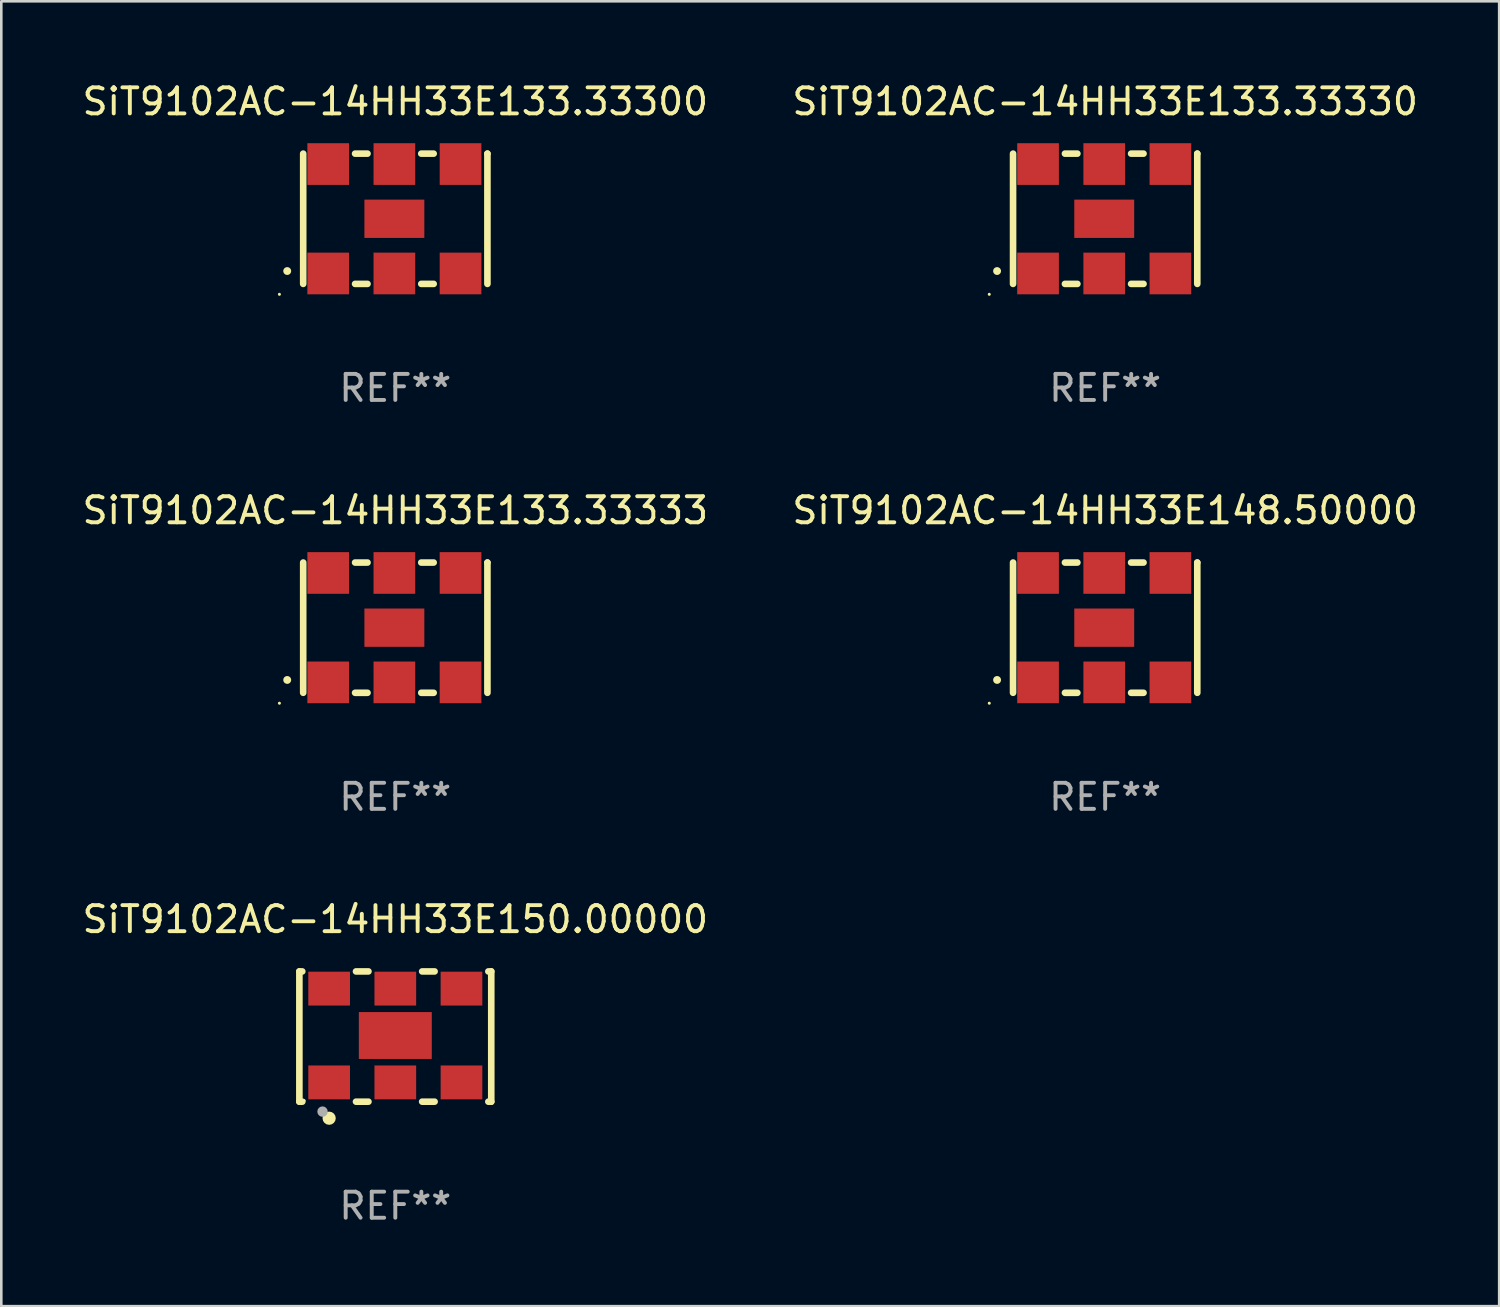
<source format=kicad_pcb>
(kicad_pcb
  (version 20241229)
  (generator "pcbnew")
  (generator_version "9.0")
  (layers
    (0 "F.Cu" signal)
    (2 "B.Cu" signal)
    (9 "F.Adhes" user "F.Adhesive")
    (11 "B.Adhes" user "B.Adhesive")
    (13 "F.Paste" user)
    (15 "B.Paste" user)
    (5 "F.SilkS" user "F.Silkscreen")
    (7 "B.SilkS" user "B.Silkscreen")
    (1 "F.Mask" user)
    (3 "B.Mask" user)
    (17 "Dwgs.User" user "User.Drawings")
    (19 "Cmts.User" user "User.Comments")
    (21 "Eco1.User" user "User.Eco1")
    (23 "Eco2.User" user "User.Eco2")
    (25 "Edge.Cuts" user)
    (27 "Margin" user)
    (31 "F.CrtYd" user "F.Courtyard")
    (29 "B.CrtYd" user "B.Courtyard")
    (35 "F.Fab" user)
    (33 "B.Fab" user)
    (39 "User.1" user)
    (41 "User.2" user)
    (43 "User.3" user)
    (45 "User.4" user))
  (footprint "SiT9102AC-14HH33E133.33300"
    (layer "F.Cu")
    (at 12.125 5.348)
    (property "Reference" "SiT9102AC-14HH33E133.33300" (at 0 -4.5 0) (layer "F.SilkS") (effects (font (size 1 1) (thickness 0.15))))
    (attr through_hole)
    (fp_line (start -3.536 -2.5) (end -3.536 2.5) (stroke (width 0.254) (type solid)) (layer "F.SilkS"))
    (fp_line (start -1.544 2.5) (end -1.067 2.5) (stroke (width 0.254) (type solid)) (layer "F.SilkS"))
    (fp_line (start -1.067 -2.5) (end -1.544 -2.5) (stroke (width 0.254) (type solid)) (layer "F.SilkS"))
    (fp_line (start 0.996 2.5) (end 1.473 2.5) (stroke (width 0.254) (type solid)) (layer "F.SilkS"))
    (fp_line (start 1.473 -2.5) (end 0.996 -2.5) (stroke (width 0.254) (type solid)) (layer "F.SilkS"))
    (fp_line (start 3.536 -2.5) (end 3.536 -2.5) (stroke (width 0.254) (type solid)) (layer "F.SilkS"))
    (fp_line (start 3.536 2.5) (end 3.536 -2.5) (stroke (width 0.254) (type solid)) (layer "F.SilkS"))
    (fp_arc (start -4.150432 2.006604) (mid -4.149162 2.006599) (end -4.147892 2.006604) (stroke (width 0.3) (type solid)) (layer "F.SilkS"))
    (fp_circle (center -4.449 2.9) (end -4.419 2.9) (stroke (width 0.06) (type solid)) (fill no) (layer "F.SilkS"))
    (fp_text user "REF**" (at 0 6.5 0) (layer "F.Fab") (effects (font (size 1 1) (thickness 0.15))))
    (pad "1" smd rect (at -2.576 2.1) (size 1.6 1.6) (layers "F.Cu" "F.Mask" "F.Paste"))
    (pad "2" smd rect (at -0.036 2.1) (size 1.6 1.6) (layers "F.Cu" "F.Mask" "F.Paste"))
    (pad "3" smd rect (at 2.504 2.1) (size 1.6 1.6) (layers "F.Cu" "F.Mask" "F.Paste"))
    (pad "4" smd rect (at 2.504 -2.1) (size 1.6 1.6) (layers "F.Cu" "F.Mask" "F.Paste"))
    (pad "5" smd rect (at -0.036 -2.1) (size 1.6 1.6) (layers "F.Cu" "F.Mask" "F.Paste"))
    (pad "6" smd rect (at -2.576 -2.1) (size 1.6 1.6) (layers "F.Cu" "F.Mask" "F.Paste"))
    (pad "7" smd rect (at -0.036 0) (size 2.3 1.47) (layers "F.Cu" "F.Mask" "F.Paste")))
  (footprint "SiT9102AC-14HH33E150.00000"
    (layer "F.Cu")
    (at 12.125 36.741)
    (property "Reference" "SiT9102AC-14HH33E150.00000" (at 0 -4.5 0) (layer "F.SilkS") (effects (font (size 1 1) (thickness 0.15))))
    (attr through_hole)
    (fp_line (start -3.683 -2.5) (end -3.571 -2.5) (stroke (width 0.254) (type solid)) (layer "F.SilkS"))
    (fp_line (start -3.683 2.5) (end -3.683 -2.5) (stroke (width 0.254) (type solid)) (layer "F.SilkS"))
    (fp_line (start -3.683 2.5) (end -3.571 2.5) (stroke (width 0.254) (type solid)) (layer "F.SilkS"))
    (fp_line (start -1.509 -2.5) (end -1.031 -2.5) (stroke (width 0.254) (type solid)) (layer "F.SilkS"))
    (fp_line (start -1.509 2.5) (end -1.031 2.5) (stroke (width 0.254) (type solid)) (layer "F.SilkS"))
    (fp_line (start 1.031 -2.5) (end 1.509 -2.5) (stroke (width 0.254) (type solid)) (layer "F.SilkS"))
    (fp_line (start 1.031 2.5) (end 1.509 2.5) (stroke (width 0.254) (type solid)) (layer "F.SilkS"))
    (fp_line (start 3.571 -2.5) (end 3.683 -2.5) (stroke (width 0.254) (type solid)) (layer "F.SilkS"))
    (fp_line (start 3.571 2.5) (end 3.683 2.5) (stroke (width 0.254) (type solid)) (layer "F.SilkS"))
    (fp_line (start 3.683 2.5) (end 3.683 -2.5) (stroke (width 0.254) (type solid)) (layer "F.SilkS"))
    (fp_circle (center -3.5 2.46) (end -3.47 2.46) (stroke (width 0.06) (type solid)) (fill no) (layer "F.SilkS"))
    (fp_circle (center -2.54 3.135) (end -2.413 3.135) (stroke (width 0.254) (type solid)) (fill no) (layer "F.SilkS"))
    (fp_circle (center -2.794 2.881) (end -2.694 2.881) (stroke (width 0.2) (type solid)) (fill no) (layer "F.Fab"))
    (fp_text user "REF**" (at 0 6.5 0) (layer "F.Fab") (effects (font (size 1 1) (thickness 0.15))))
    (pad "1" smd rect (at -2.54 1.76) (size 1.6 1.3) (layers "F.Cu" "F.Mask" "F.Paste"))
    (pad "2" smd rect (at 0 1.76) (size 1.6 1.3) (layers "F.Cu" "F.Mask" "F.Paste"))
    (pad "3" smd rect (at 2.54 1.76) (size 1.6 1.3) (layers "F.Cu" "F.Mask" "F.Paste"))
    (pad "4" smd rect (at 2.54 -1.84) (size 1.6 1.3) (layers "F.Cu" "F.Mask" "F.Paste"))
    (pad "5" smd rect (at 0 -1.84) (size 1.6 1.3) (layers "F.Cu" "F.Mask" "F.Paste"))
    (pad "6" smd rect (at -2.54 -1.84) (size 1.6 1.3) (layers "F.Cu" "F.Mask" "F.Paste"))
    (pad "7" smd rect (at 0 -0.04) (size 2.8 1.8) (layers "F.Cu" "F.Mask" "F.Paste")))
  (footprint "SiT9102AC-14HH33E133.33330"
    (layer "F.Cu")
    (at 39.375 5.348)
    (property "Reference" "SiT9102AC-14HH33E133.33330" (at 0 -4.5 0) (layer "F.SilkS") (effects (font (size 1 1) (thickness 0.15))))
    (attr through_hole)
    (fp_line (start -3.536 -2.5) (end -3.536 2.5) (stroke (width 0.254) (type solid)) (layer "F.SilkS"))
    (fp_line (start -1.544 2.5) (end -1.067 2.5) (stroke (width 0.254) (type solid)) (layer "F.SilkS"))
    (fp_line (start -1.067 -2.5) (end -1.544 -2.5) (stroke (width 0.254) (type solid)) (layer "F.SilkS"))
    (fp_line (start 0.996 2.5) (end 1.473 2.5) (stroke (width 0.254) (type solid)) (layer "F.SilkS"))
    (fp_line (start 1.473 -2.5) (end 0.996 -2.5) (stroke (width 0.254) (type solid)) (layer "F.SilkS"))
    (fp_line (start 3.536 -2.5) (end 3.536 -2.5) (stroke (width 0.254) (type solid)) (layer "F.SilkS"))
    (fp_line (start 3.536 2.5) (end 3.536 -2.5) (stroke (width 0.254) (type solid)) (layer "F.SilkS"))
    (fp_arc (start -4.150432 2.006604) (mid -4.149162 2.006599) (end -4.147892 2.006604) (stroke (width 0.3) (type solid)) (layer "F.SilkS"))
    (fp_circle (center -4.449 2.9) (end -4.419 2.9) (stroke (width 0.06) (type solid)) (fill no) (layer "F.SilkS"))
    (fp_text user "REF**" (at 0 6.5 0) (layer "F.Fab") (effects (font (size 1 1) (thickness 0.15))))
    (pad "1" smd rect (at -2.576 2.1) (size 1.6 1.6) (layers "F.Cu" "F.Mask" "F.Paste"))
    (pad "2" smd rect (at -0.036 2.1) (size 1.6 1.6) (layers "F.Cu" "F.Mask" "F.Paste"))
    (pad "3" smd rect (at 2.504 2.1) (size 1.6 1.6) (layers "F.Cu" "F.Mask" "F.Paste"))
    (pad "4" smd rect (at 2.504 -2.1) (size 1.6 1.6) (layers "F.Cu" "F.Mask" "F.Paste"))
    (pad "5" smd rect (at -0.036 -2.1) (size 1.6 1.6) (layers "F.Cu" "F.Mask" "F.Paste"))
    (pad "6" smd rect (at -2.576 -2.1) (size 1.6 1.6) (layers "F.Cu" "F.Mask" "F.Paste"))
    (pad "7" smd rect (at -0.036 0) (size 2.3 1.47) (layers "F.Cu" "F.Mask" "F.Paste")))
  (footprint "SiT9102AC-14HH33E133.33333"
    (layer "F.Cu")
    (at 12.125 21.045)
    (property "Reference" "SiT9102AC-14HH33E133.33333" (at 0 -4.5 0) (layer "F.SilkS") (effects (font (size 1 1) (thickness 0.15))))
    (attr through_hole)
    (fp_line (start -3.536 -2.5) (end -3.536 2.5) (stroke (width 0.254) (type solid)) (layer "F.SilkS"))
    (fp_line (start -1.544 2.5) (end -1.067 2.5) (stroke (width 0.254) (type solid)) (layer "F.SilkS"))
    (fp_line (start -1.067 -2.5) (end -1.544 -2.5) (stroke (width 0.254) (type solid)) (layer "F.SilkS"))
    (fp_line (start 0.996 2.5) (end 1.473 2.5) (stroke (width 0.254) (type solid)) (layer "F.SilkS"))
    (fp_line (start 1.473 -2.5) (end 0.996 -2.5) (stroke (width 0.254) (type solid)) (layer "F.SilkS"))
    (fp_line (start 3.536 -2.5) (end 3.536 -2.5) (stroke (width 0.254) (type solid)) (layer "F.SilkS"))
    (fp_line (start 3.536 2.5) (end 3.536 -2.5) (stroke (width 0.254) (type solid)) (layer "F.SilkS"))
    (fp_arc (start -4.150432 2.006604) (mid -4.149162 2.006599) (end -4.147892 2.006604) (stroke (width 0.3) (type solid)) (layer "F.SilkS"))
    (fp_circle (center -4.449 2.9) (end -4.419 2.9) (stroke (width 0.06) (type solid)) (fill no) (layer "F.SilkS"))
    (fp_text user "REF**" (at 0 6.5 0) (layer "F.Fab") (effects (font (size 1 1) (thickness 0.15))))
    (pad "1" smd rect (at -2.576 2.1) (size 1.6 1.6) (layers "F.Cu" "F.Mask" "F.Paste"))
    (pad "2" smd rect (at -0.036 2.1) (size 1.6 1.6) (layers "F.Cu" "F.Mask" "F.Paste"))
    (pad "3" smd rect (at 2.504 2.1) (size 1.6 1.6) (layers "F.Cu" "F.Mask" "F.Paste"))
    (pad "4" smd rect (at 2.504 -2.1) (size 1.6 1.6) (layers "F.Cu" "F.Mask" "F.Paste"))
    (pad "5" smd rect (at -0.036 -2.1) (size 1.6 1.6) (layers "F.Cu" "F.Mask" "F.Paste"))
    (pad "6" smd rect (at -2.576 -2.1) (size 1.6 1.6) (layers "F.Cu" "F.Mask" "F.Paste"))
    (pad "7" smd rect (at -0.036 0) (size 2.3 1.47) (layers "F.Cu" "F.Mask" "F.Paste")))
  (footprint "SiT9102AC-14HH33E148.50000"
    (layer "F.Cu")
    (at 39.375 21.045)
    (property "Reference" "SiT9102AC-14HH33E148.50000" (at 0 -4.5 0) (layer "F.SilkS") (effects (font (size 1 1) (thickness 0.15))))
    (attr through_hole)
    (fp_line (start -3.536 -2.5) (end -3.536 2.5) (stroke (width 0.254) (type solid)) (layer "F.SilkS"))
    (fp_line (start -1.544 2.5) (end -1.067 2.5) (stroke (width 0.254) (type solid)) (layer "F.SilkS"))
    (fp_line (start -1.067 -2.5) (end -1.544 -2.5) (stroke (width 0.254) (type solid)) (layer "F.SilkS"))
    (fp_line (start 0.996 2.5) (end 1.473 2.5) (stroke (width 0.254) (type solid)) (layer "F.SilkS"))
    (fp_line (start 1.473 -2.5) (end 0.996 -2.5) (stroke (width 0.254) (type solid)) (layer "F.SilkS"))
    (fp_line (start 3.536 -2.5) (end 3.536 -2.5) (stroke (width 0.254) (type solid)) (layer "F.SilkS"))
    (fp_line (start 3.536 2.5) (end 3.536 -2.5) (stroke (width 0.254) (type solid)) (layer "F.SilkS"))
    (fp_arc (start -4.150432 2.006604) (mid -4.149162 2.006599) (end -4.147892 2.006604) (stroke (width 0.3) (type solid)) (layer "F.SilkS"))
    (fp_circle (center -4.449 2.9) (end -4.419 2.9) (stroke (width 0.06) (type solid)) (fill no) (layer "F.SilkS"))
    (fp_text user "REF**" (at 0 6.5 0) (layer "F.Fab") (effects (font (size 1 1) (thickness 0.15))))
    (pad "1" smd rect (at -2.576 2.1) (size 1.6 1.6) (layers "F.Cu" "F.Mask" "F.Paste"))
    (pad "2" smd rect (at -0.036 2.1) (size 1.6 1.6) (layers "F.Cu" "F.Mask" "F.Paste"))
    (pad "3" smd rect (at 2.504 2.1) (size 1.6 1.6) (layers "F.Cu" "F.Mask" "F.Paste"))
    (pad "4" smd rect (at 2.504 -2.1) (size 1.6 1.6) (layers "F.Cu" "F.Mask" "F.Paste"))
    (pad "5" smd rect (at -0.036 -2.1) (size 1.6 1.6) (layers "F.Cu" "F.Mask" "F.Paste"))
    (pad "6" smd rect (at -2.576 -2.1) (size 1.6 1.6) (layers "F.Cu" "F.Mask" "F.Paste"))
    (pad "7" smd rect (at -0.036 0) (size 2.3 1.47) (layers "F.Cu" "F.Mask" "F.Paste")))
  (gr_rect
    (start -3 -3)
    (end 54.5 47.09)
    (stroke (width 0.1) (type default))
    (fill no)
    (layer "Edge.Cuts")))
</source>
